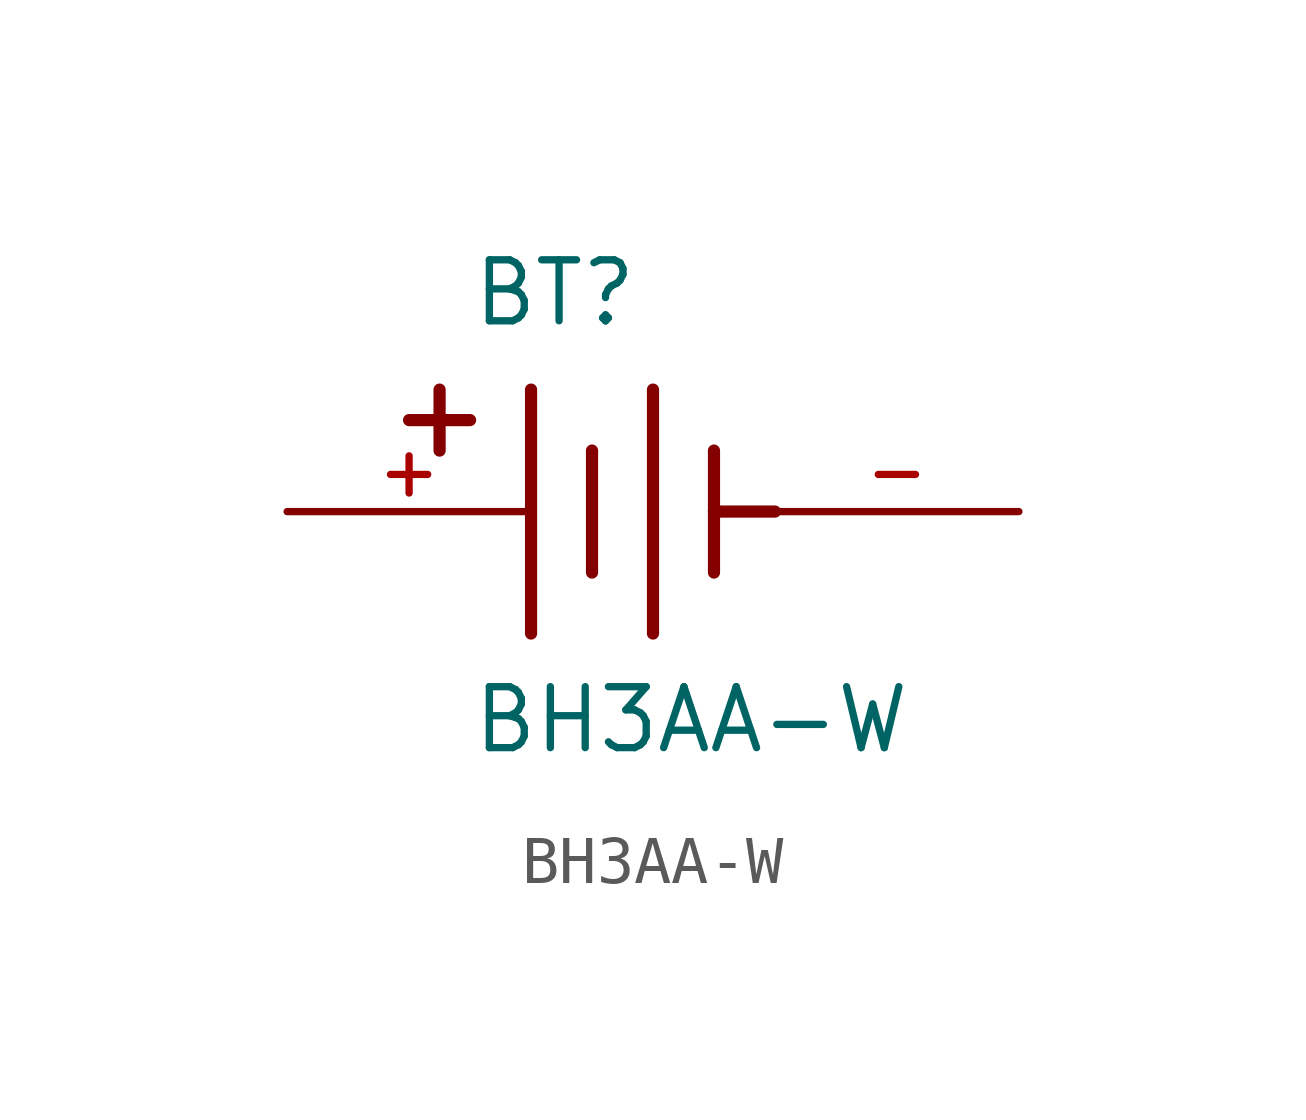
<source format=kicad_sym>
(kicad_symbol_lib
  (version 20211014)
  (generator kicad_symbol_editor)
  (symbol "BH3AA-W"
    (pin_names
      (offset 1.016))
    (property "Reference" "BT"
      (at -3.81 3.81 0)
      (effects (font (size 1.27 1.27)) (justify bottom left)))
    (property "Value" "BH3AA-W"
      (at -3.81 -5.08 0)
      (effects (font (size 1.27 1.27)) (justify bottom left)))
    (symbol "BH3AA-W_0_0"
      (polyline (pts (xy -2.54 2.54) (xy -2.54 -2.54)) (stroke (width 0.254)))
      (polyline (pts (xy 0.0 2.54) (xy 0.0 -2.54)) (stroke (width 0.254)))
      (polyline (pts (xy -1.27 1.27) (xy -1.27 -1.27)) (stroke (width 0.254)))
      (polyline (pts (xy 1.27 1.27) (xy 1.27 0.0)) (stroke (width 0.254)))
      (polyline (pts (xy 1.27 0.0) (xy 1.27 -1.27)) (stroke (width 0.254)))
      (polyline (pts (xy 2.54 0.0) (xy 1.27 0.0)) (stroke (width 0.254)))
      (polyline (pts (xy -4.445 2.54) (xy -4.445 1.27)) (stroke (width 0.254)))
      (polyline (pts (xy -5.08 1.905) (xy -3.81 1.905)) (stroke (width 0.254)))
      (pin passive line (at -7.62 0.0 0) (length 5.08) (name "~" (effects (font (size 1.016 1.016)))) (number "+" (effects (font (size 1.016 1.016)))))
      (pin passive line (at 7.62 0.0 180.0) (length 5.08) (name "~" (effects (font (size 1.016 1.016)))) (number "-" (effects (font (size 1.016 1.016))))))))
</source>
